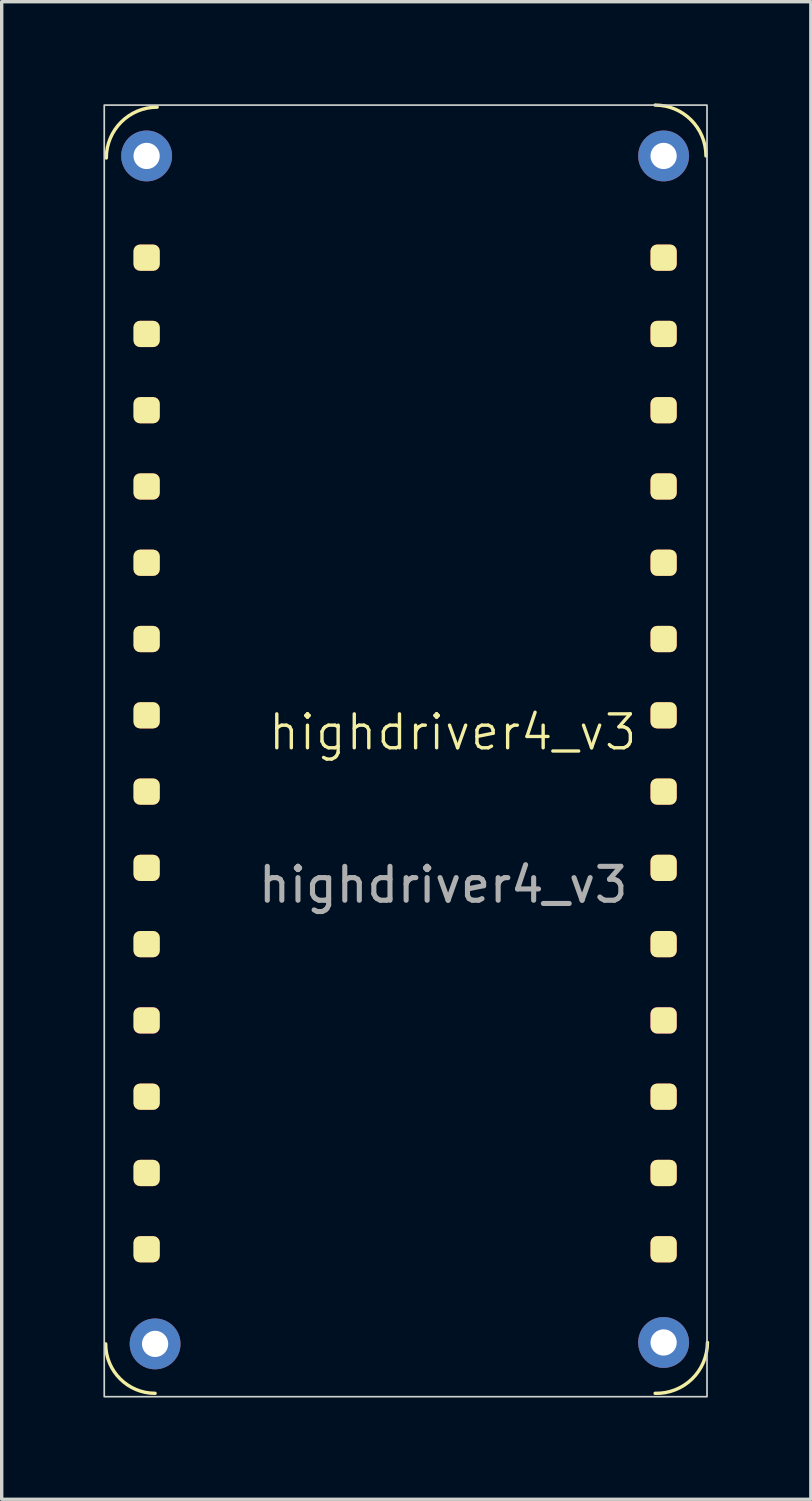
<source format=kicad_pcb>
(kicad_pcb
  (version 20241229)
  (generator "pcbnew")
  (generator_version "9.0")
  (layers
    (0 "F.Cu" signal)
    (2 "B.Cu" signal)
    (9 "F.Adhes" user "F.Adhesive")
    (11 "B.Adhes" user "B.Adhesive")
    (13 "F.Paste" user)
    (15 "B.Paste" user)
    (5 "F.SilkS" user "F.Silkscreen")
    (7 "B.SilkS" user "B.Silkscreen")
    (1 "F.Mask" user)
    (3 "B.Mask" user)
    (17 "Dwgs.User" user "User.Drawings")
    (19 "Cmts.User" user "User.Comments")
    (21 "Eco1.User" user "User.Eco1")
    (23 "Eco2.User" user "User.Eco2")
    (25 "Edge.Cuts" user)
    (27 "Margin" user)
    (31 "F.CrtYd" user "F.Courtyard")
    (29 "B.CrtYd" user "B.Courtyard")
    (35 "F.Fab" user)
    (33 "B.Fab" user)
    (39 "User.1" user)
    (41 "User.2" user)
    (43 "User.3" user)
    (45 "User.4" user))
  (footprint "highdriver4_v3"
    (layer "F.Cu")
    (at 10.025 19.05)
    (property "Reference" "highdriver4_v3" (at 0.28 -0.5 0) (unlocked yes) (layer "F.SilkS") (effects (font (size 1 1) (thickness 0.1))))
    (attr smd)
    (fp_arc (start -9.93934 -17.43934) (mid -9.5 -18.5) (end -8.43934 -18.93934) (stroke (width 0.1) (type default)) (layer "F.SilkS"))
    (fp_arc (start -8.5 19) (mid -9.530775 18.573038) (end -9.957737 17.542263) (stroke (width 0.1) (type default)) (layer "F.SilkS"))
    (fp_arc (start 6.25 -19) (mid 7.31066 -18.56066) (end 7.75 -17.5) (stroke (width 0.1) (type default)) (layer "F.SilkS"))
    (fp_arc (start 7.792858 17.5) (mid 7.338294 18.575919) (end 6.25 19) (stroke (width 0.1) (type default)) (layer "F.SilkS"))
    (fp_rect (start -10 -19) (end 7.78 19.1) (stroke (width 0.05) (type default)) (fill no) (layer "Edge.Cuts"))
    (fp_text user "${REFERENCE}" (at 0 4 0) (unlocked yes) (layer "F.Fab") (effects (font (size 1 1) (thickness 0.15))))
    (pad "1" smd roundrect (at -8.75 -14.5) (size 0.775 0.775) (layers "F.Cu" "F.Mask" "F.SilkS" "F.Paste") (roundrect_rratio 0.25))
    (pad "2" smd roundrect (at -8.75 -12.25) (size 0.775 0.775) (layers "F.Cu" "F.Mask" "F.SilkS" "F.Paste") (roundrect_rratio 0.25))
    (pad "3" smd roundrect (at -8.75 -10) (size 0.775 0.775) (layers "F.Cu" "F.Mask" "F.SilkS" "F.Paste") (roundrect_rratio 0.25))
    (pad "4" smd roundrect (at -8.75 -7.75) (size 0.775 0.775) (layers "F.Cu" "F.Mask" "F.SilkS" "F.Paste") (roundrect_rratio 0.25))
    (pad "5" smd roundrect (at -8.75 -5.5) (size 0.775 0.775) (layers "F.Cu" "F.Mask" "F.SilkS" "F.Paste") (roundrect_rratio 0.25))
    (pad "6" smd roundrect (at -8.75 -3.25) (size 0.775 0.775) (layers "F.Cu" "F.Mask" "F.SilkS" "F.Paste") (roundrect_rratio 0.25))
    (pad "7" smd roundrect (at -8.75 -1) (size 0.775 0.775) (layers "F.Cu" "F.Mask" "F.SilkS" "F.Paste") (roundrect_rratio 0.25))
    (pad "8" smd roundrect (at -8.75 1.25) (size 0.775 0.775) (layers "F.Cu" "F.Mask" "F.SilkS" "F.Paste") (roundrect_rratio 0.25))
    (pad "9" smd roundrect (at -8.75 3.5) (size 0.775 0.775) (layers "F.Cu" "F.Mask" "F.SilkS" "F.Paste") (roundrect_rratio 0.25))
    (pad "10" smd roundrect (at -8.75 5.75) (size 0.775 0.775) (layers "F.Cu" "F.Mask" "F.SilkS" "F.Paste") (roundrect_rratio 0.25))
    (pad "11" smd roundrect (at -8.75 8) (size 0.775 0.775) (layers "F.Cu" "F.Mask" "F.SilkS" "F.Adhes" "F.Paste") (roundrect_rratio 0.25))
    (pad "12" smd roundrect (at -8.75 10.25) (size 0.775 0.775) (layers "F.Cu" "F.Mask" "F.SilkS" "F.Paste") (roundrect_rratio 0.25))
    (pad "13" smd roundrect (at -8.75 12.5) (size 0.775 0.775) (layers "F.Cu" "F.Mask" "F.SilkS" "F.Paste") (roundrect_rratio 0.25))
    (pad "14" smd roundrect (at -8.75 14.75) (size 0.775 0.775) (layers "F.Cu" "F.Mask" "F.SilkS" "F.Paste") (roundrect_rratio 0.25))
    (pad "15" smd roundrect (at 6.5 14.75) (size 0.775 0.775) (layers "F.Cu" "F.Mask" "F.SilkS" "F.Paste") (roundrect_rratio 0.25))
    (pad "16" smd roundrect (at 6.5 12.5) (size 0.775 0.775) (layers "F.Cu" "F.Mask" "F.SilkS" "F.Paste") (roundrect_rratio 0.25))
    (pad "17" smd roundrect (at 6.5 10.25) (size 0.775 0.775) (layers "F.Cu" "F.Mask" "F.SilkS" "F.Paste") (roundrect_rratio 0.25))
    (pad "18" smd roundrect (at 6.5 8) (size 0.775 0.775) (layers "F.Cu" "F.Mask" "F.SilkS" "F.Adhes" "F.Paste") (roundrect_rratio 0.25))
    (pad "19" smd roundrect (at 6.5 5.75) (size 0.775 0.775) (layers "F.Cu" "F.Mask" "F.SilkS" "F.Paste") (roundrect_rratio 0.25))
    (pad "20" smd roundrect (at 6.5 3.5) (size 0.775 0.775) (layers "F.Cu" "F.Mask" "F.SilkS" "F.Paste") (roundrect_rratio 0.25))
    (pad "21" smd roundrect (at 6.5 1.25) (size 0.775 0.775) (layers "F.Cu" "F.Mask" "F.SilkS" "F.Paste") (roundrect_rratio 0.25))
    (pad "22" smd roundrect (at 6.5 -1) (size 0.775 0.775) (layers "F.Cu" "F.Mask" "F.SilkS" "F.Paste") (roundrect_rratio 0.25))
    (pad "23" smd roundrect (at 6.5 -3.25) (size 0.775 0.775) (layers "F.Cu" "F.Mask" "F.SilkS" "F.Paste") (roundrect_rratio 0.25))
    (pad "24" smd roundrect (at 6.5 -5.5) (size 0.775 0.775) (layers "F.Cu" "F.Mask" "F.SilkS" "F.Paste") (roundrect_rratio 0.25))
    (pad "25" smd roundrect (at 6.5 -7.75) (size 0.775 0.775) (layers "F.Cu" "F.Mask" "F.SilkS" "F.Paste") (roundrect_rratio 0.25))
    (pad "26" smd roundrect (at 6.5 -10) (size 0.775 0.775) (layers "F.Cu" "F.Mask" "F.SilkS" "F.Paste") (roundrect_rratio 0.25))
    (pad "27" smd roundrect (at 6.5 -12.25) (size 0.775 0.775) (layers "F.Cu" "F.Mask" "F.SilkS" "F.Paste") (roundrect_rratio 0.25))
    (pad "28" smd roundrect (at 6.5 -14.5) (size 0.775 0.775) (layers "F.Cu" "F.Mask" "F.SilkS" "F.Paste") (roundrect_rratio 0.25))
    (pad "31" thru_hole circle (at -8.75 -17.5) (size 1.5 1.5) (drill 0.775) (layers "*.Cu" "B.Mask"))
    (pad "31" thru_hole circle (at -8.5 17.542) (size 1.5 1.5) (drill 0.775) (layers "*.Cu" "B.Mask"))
    (pad "31" thru_hole circle (at 6.5 -17.5) (size 1.5 1.5) (drill 0.775) (layers "*.Cu" "B.Mask"))
    (pad "31" thru_hole circle (at 6.5 17.5) (size 1.5 1.5) (drill 0.775) (layers "*.Cu" "B.Mask")))
  (gr_rect
    (start -3 -3)
    (end 20.868 41.175)
    (stroke (width 0.1) (type default))
    (fill no)
    (layer "Edge.Cuts")))
</source>
